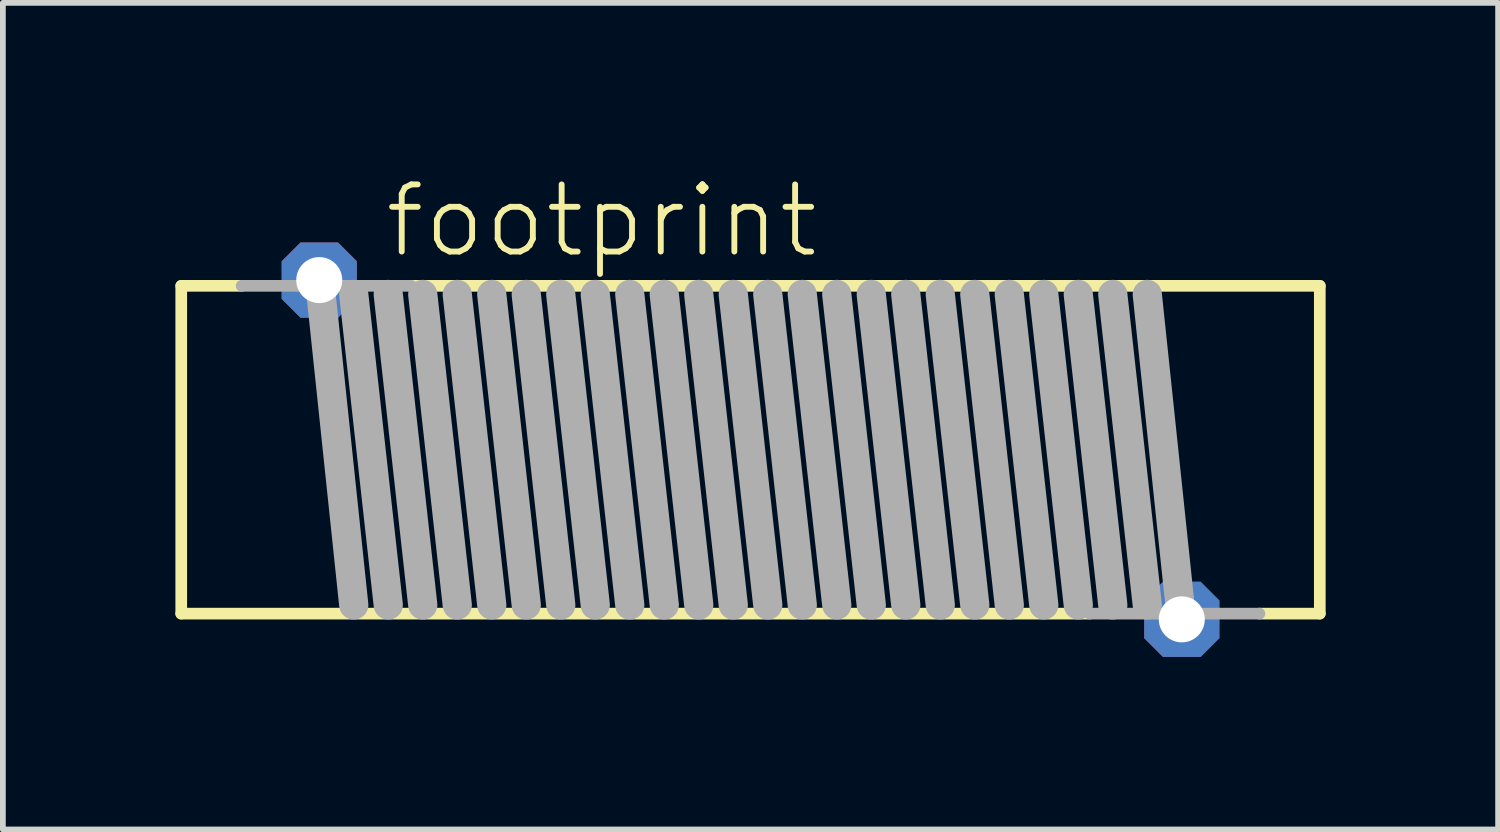
<source format=kicad_pcb>
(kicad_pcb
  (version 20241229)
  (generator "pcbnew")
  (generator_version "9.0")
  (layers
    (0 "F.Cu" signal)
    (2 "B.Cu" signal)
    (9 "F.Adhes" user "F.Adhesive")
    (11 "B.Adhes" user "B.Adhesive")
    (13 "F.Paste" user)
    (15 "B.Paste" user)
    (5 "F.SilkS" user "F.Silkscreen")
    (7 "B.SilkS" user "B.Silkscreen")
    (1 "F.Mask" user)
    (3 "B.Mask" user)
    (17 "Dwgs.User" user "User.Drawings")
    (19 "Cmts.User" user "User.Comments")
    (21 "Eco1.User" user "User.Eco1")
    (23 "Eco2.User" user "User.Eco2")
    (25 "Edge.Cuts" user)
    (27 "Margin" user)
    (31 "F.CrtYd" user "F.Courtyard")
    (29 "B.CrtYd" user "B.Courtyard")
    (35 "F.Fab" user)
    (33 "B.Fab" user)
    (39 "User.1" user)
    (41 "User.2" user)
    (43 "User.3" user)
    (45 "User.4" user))
  (footprint "footprint"
    (layer "F.Cu")
    (at 10.002 4.771)
    (property "Reference" "footprint" (at -6.411 -3.298 0) (layer "F.SilkS") (effects (font (size 1.168 1.168) (thickness 0.102)) (justify left bottom)))
    (fp_line (start -9.9 -2.85) (end -8.85 -2.85) (stroke (width 0.203) (type solid)) (layer "F.SilkS"))
    (fp_line (start -9.9 2.85) (end -9.9 -2.85) (stroke (width 0.203) (type solid)) (layer "F.SilkS"))
    (fp_line (start -5.9 -2.85) (end 9.9 -2.85) (stroke (width 0.203) (type solid)) (layer "F.SilkS"))
    (fp_line (start 5.9 2.85) (end -9.9 2.85) (stroke (width 0.203) (type solid)) (layer "F.SilkS"))
    (fp_line (start 9.9 -2.85) (end 9.9 2.85) (stroke (width 0.203) (type solid)) (layer "F.SilkS"))
    (fp_line (start 9.9 2.85) (end 8.85 2.85) (stroke (width 0.203) (type solid)) (layer "F.SilkS"))
    (fp_line (start -8.85 -2.85) (end -5.9 -2.85) (stroke (width 0.203) (type solid)) (layer "F.Fab"))
    (fp_line (start -6.9 2.7) (end -7.5 -3) (stroke (width 0.508) (type solid)) (layer "F.Fab"))
    (fp_line (start -6.3 2.7) (end -6.9 -2.7) (stroke (width 0.508) (type solid)) (layer "F.Fab"))
    (fp_line (start -5.7 2.7) (end -6.3 -2.7) (stroke (width 0.508) (type solid)) (layer "F.Fab"))
    (fp_line (start -5.1 2.7) (end -5.7 -2.7) (stroke (width 0.508) (type solid)) (layer "F.Fab"))
    (fp_line (start -4.5 2.7) (end -5.1 -2.7) (stroke (width 0.508) (type solid)) (layer "F.Fab"))
    (fp_line (start -3.9 2.7) (end -4.5 -2.7) (stroke (width 0.508) (type solid)) (layer "F.Fab"))
    (fp_line (start -3.3 2.7) (end -3.9 -2.7) (stroke (width 0.508) (type solid)) (layer "F.Fab"))
    (fp_line (start -2.7 2.7) (end -3.3 -2.7) (stroke (width 0.508) (type solid)) (layer "F.Fab"))
    (fp_line (start -2.1 2.7) (end -2.7 -2.7) (stroke (width 0.508) (type solid)) (layer "F.Fab"))
    (fp_line (start -1.5 2.7) (end -2.1 -2.7) (stroke (width 0.508) (type solid)) (layer "F.Fab"))
    (fp_line (start -0.9 2.7) (end -1.5 -2.7) (stroke (width 0.508) (type solid)) (layer "F.Fab"))
    (fp_line (start -0.3 2.7) (end -0.9 -2.7) (stroke (width 0.508) (type solid)) (layer "F.Fab"))
    (fp_line (start 0.3 2.7) (end -0.3 -2.7) (stroke (width 0.508) (type solid)) (layer "F.Fab"))
    (fp_line (start 0.9 2.7) (end 0.3 -2.7) (stroke (width 0.508) (type solid)) (layer "F.Fab"))
    (fp_line (start 1.5 2.7) (end 0.9 -2.7) (stroke (width 0.508) (type solid)) (layer "F.Fab"))
    (fp_line (start 2.1 2.7) (end 1.5 -2.7) (stroke (width 0.508) (type solid)) (layer "F.Fab"))
    (fp_line (start 2.7 2.7) (end 2.1 -2.7) (stroke (width 0.508) (type solid)) (layer "F.Fab"))
    (fp_line (start 3.3 2.7) (end 2.7 -2.7) (stroke (width 0.508) (type solid)) (layer "F.Fab"))
    (fp_line (start 3.9 2.7) (end 3.3 -2.7) (stroke (width 0.508) (type solid)) (layer "F.Fab"))
    (fp_line (start 4.5 2.7) (end 3.9 -2.7) (stroke (width 0.508) (type solid)) (layer "F.Fab"))
    (fp_line (start 5.1 2.7) (end 4.5 -2.7) (stroke (width 0.508) (type solid)) (layer "F.Fab"))
    (fp_line (start 5.7 2.7) (end 5.1 -2.7) (stroke (width 0.508) (type solid)) (layer "F.Fab"))
    (fp_line (start 6.3 2.7) (end 5.7 -2.7) (stroke (width 0.508) (type solid)) (layer "F.Fab"))
    (fp_line (start 6.9 2.7) (end 6.3 -2.7) (stroke (width 0.508) (type solid)) (layer "F.Fab"))
    (fp_line (start 7.5 3) (end 6.9 -2.7) (stroke (width 0.508) (type solid)) (layer "F.Fab"))
    (fp_line (start 8.85 2.85) (end 5.9 2.85) (stroke (width 0.203) (type solid)) (layer "F.Fab"))
    (pad "1" thru_hole roundrect (at 7.5 2.95) (size 1.308 1.308) (drill 0.8) (layers "*.Cu" "*.Mask") (roundrect_rratio 0.25) (chamfer_ratio 0.25) (chamfer top_left top_right bottom_left bottom_right))
    (pad "2" thru_hole roundrect (at -7.5 -2.95) (size 1.308 1.308) (drill 0.8) (layers "*.Cu" "*.Mask") (roundrect_rratio 0.25) (chamfer_ratio 0.25) (chamfer top_left top_right bottom_left bottom_right)))
  (gr_rect
    (start -3 -3)
    (end 23.003 11.375)
    (stroke (width 0.1) (type default))
    (fill no)
    (layer "Edge.Cuts")))
</source>
